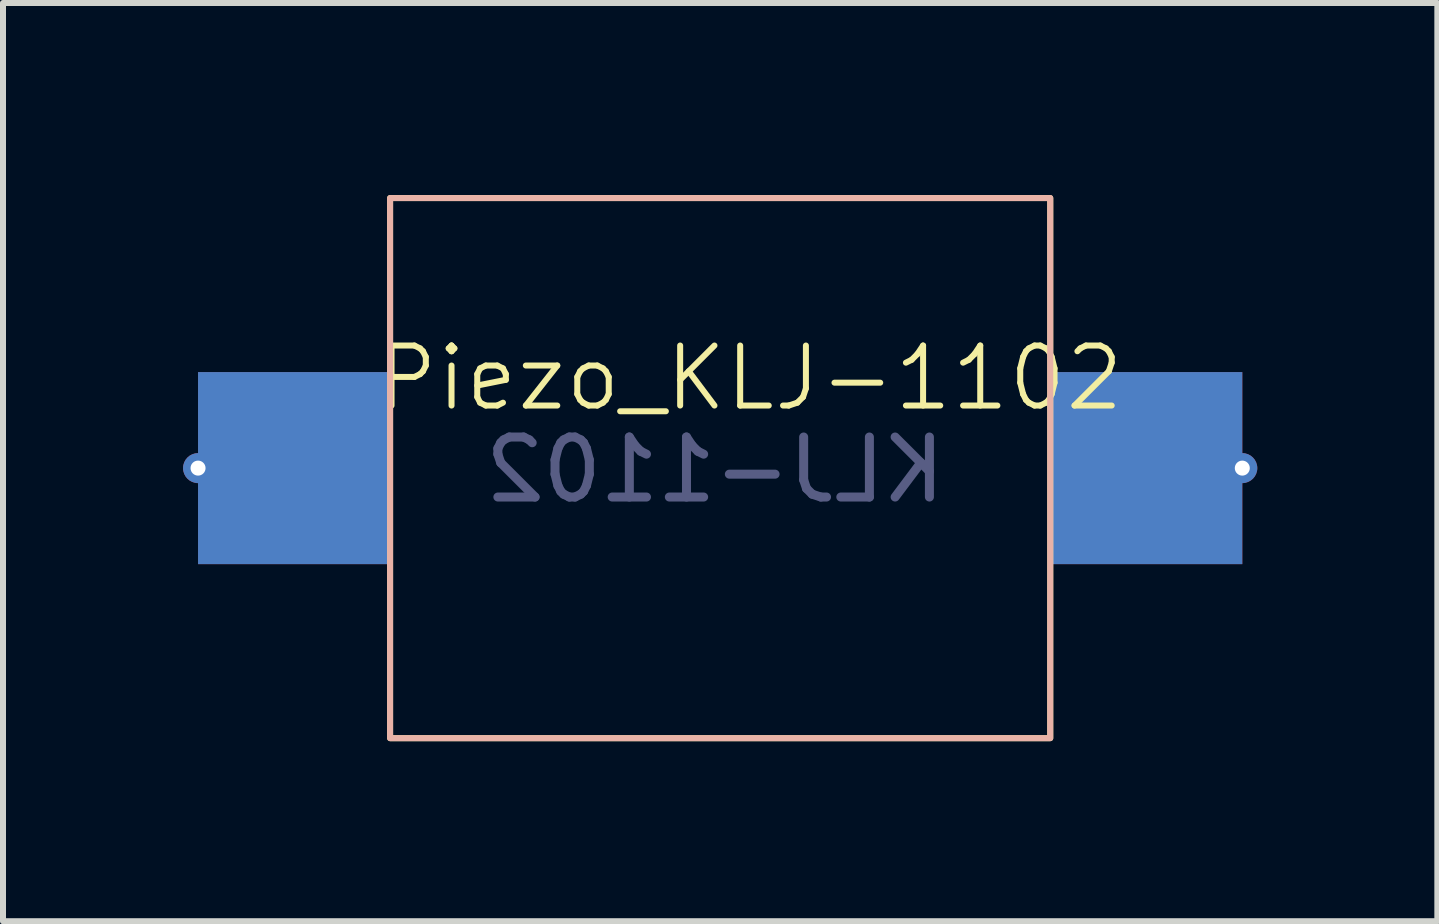
<source format=kicad_pcb>
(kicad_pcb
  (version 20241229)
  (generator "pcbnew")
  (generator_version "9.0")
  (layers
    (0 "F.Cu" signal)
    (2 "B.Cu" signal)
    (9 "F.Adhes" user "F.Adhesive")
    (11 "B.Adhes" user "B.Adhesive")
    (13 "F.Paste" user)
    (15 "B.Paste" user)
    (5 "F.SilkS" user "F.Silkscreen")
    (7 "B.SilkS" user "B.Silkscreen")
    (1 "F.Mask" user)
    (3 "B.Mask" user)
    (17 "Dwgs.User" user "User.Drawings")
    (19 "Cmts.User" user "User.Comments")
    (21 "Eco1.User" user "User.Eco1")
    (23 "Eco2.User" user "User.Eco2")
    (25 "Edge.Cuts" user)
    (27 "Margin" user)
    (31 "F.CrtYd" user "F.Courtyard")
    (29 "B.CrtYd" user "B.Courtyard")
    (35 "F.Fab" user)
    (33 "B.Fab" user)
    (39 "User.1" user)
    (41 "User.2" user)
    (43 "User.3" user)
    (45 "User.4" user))
  (footprint "Piezo_KLJ-1102"
    (layer "F.Cu")
    (at 3.45 0.25)
    (property "Reference" "Piezo_KLJ-1102" (at 6 3 0) (unlocked yes) (layer "F.SilkS") (effects (font (size 1 1) (thickness 0.1))))
    (attr smd)
    (fp_rect (start 0 0) (end 11 9) (stroke (width 0.1) (type default)) (fill no) (layer "F.SilkS"))
    (fp_rect (start 11 0) (end 0 9) (stroke (width 0.1) (type default)) (fill no) (layer "B.SilkS"))
    (fp_text user "KLJ-1102" (at 5.415 4.527 0) (unlocked yes) (layer "B.Fab") (effects (font (size 1 1) (thickness 0.15)) (justify mirror)))
    (pad "1" thru_hole circle (at -3.2 4.5) (size 0.5 0.5) (drill 0.25) (layers "*.Cu" "*.Mask"))
    (pad "1" smd rect (at 0 2.9) (size 3.2 3.2) (drill (offset -1.6 1.6)) (layers "F.Cu" "F.Mask" "F.Paste"))
    (pad "1" smd rect (at 0 2.9) (size 3.2 3.2) (drill (offset -1.6 1.6)) (layers "B.Cu" "B.Mask" "B.Paste"))
    (pad "2" smd rect (at 11 2.9) (size 3.2 3.2) (drill (offset 1.6 1.6)) (layers "F.Cu" "F.Mask" "F.Paste"))
    (pad "2" smd rect (at 11 2.9) (size 3.2 3.2) (drill (offset 1.6 1.6)) (layers "B.Cu" "B.Mask" "B.Paste"))
    (pad "2" thru_hole circle (at 14.2 4.5) (size 0.5 0.5) (drill 0.25) (layers "*.Cu" "*.Mask")))
  (gr_rect
    (start -3 -3)
    (end 20.9 12.3)
    (stroke (width 0.1) (type default))
    (fill no)
    (layer "Edge.Cuts")))
</source>
